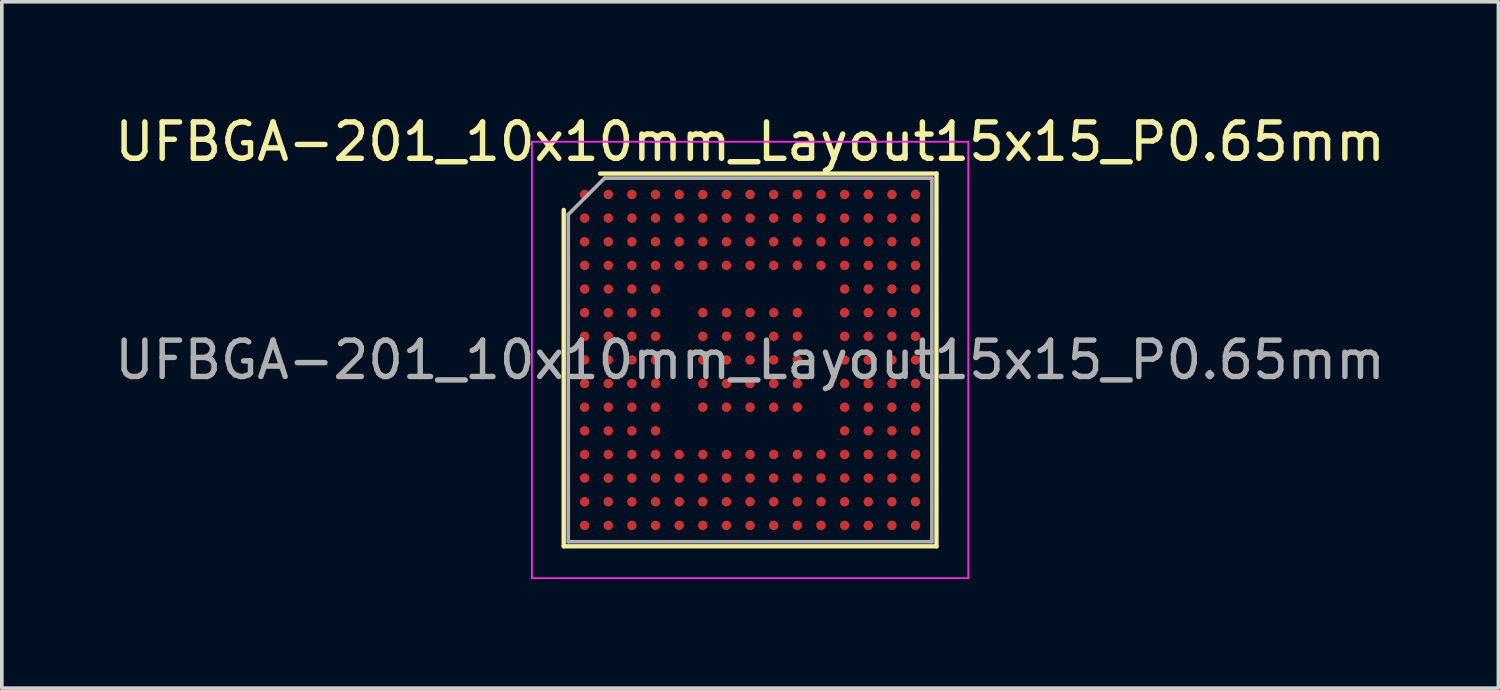
<source format=kicad_pcb>
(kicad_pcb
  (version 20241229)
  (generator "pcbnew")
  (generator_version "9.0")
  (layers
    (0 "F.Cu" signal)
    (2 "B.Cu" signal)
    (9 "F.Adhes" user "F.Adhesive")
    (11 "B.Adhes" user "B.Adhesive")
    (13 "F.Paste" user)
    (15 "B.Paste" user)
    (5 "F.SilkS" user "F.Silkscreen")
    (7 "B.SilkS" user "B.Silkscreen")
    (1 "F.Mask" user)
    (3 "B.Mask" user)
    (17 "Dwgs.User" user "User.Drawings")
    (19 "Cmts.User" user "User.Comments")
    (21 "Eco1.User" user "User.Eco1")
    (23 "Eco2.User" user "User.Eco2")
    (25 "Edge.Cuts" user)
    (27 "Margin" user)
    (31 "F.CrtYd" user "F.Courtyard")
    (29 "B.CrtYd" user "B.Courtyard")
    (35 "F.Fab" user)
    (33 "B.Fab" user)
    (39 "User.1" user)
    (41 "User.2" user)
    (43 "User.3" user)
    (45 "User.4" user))
  (footprint "UFBGA-201_10x10mm_Layout15x15_P0.65mm"
    (layer "F.Cu")
    (at 17.577 6.848)
    (property "Reference" "UFBGA-201_10x10mm_Layout15x15_P0.65mm" (at 0 -6 0) (layer "F.SilkS") (effects (font (size 1 1) (thickness 0.15))))
    (attr smd)
    (fp_line (start -5.125 5.125) (end -5.125 -4.125) (stroke (width 0.12) (type solid)) (layer "F.SilkS"))
    (fp_line (start -4.125 -5.125) (end 5.125 -5.125) (stroke (width 0.12) (type solid)) (layer "F.SilkS"))
    (fp_line (start 5.125 -5.125) (end 5.125 5.125) (stroke (width 0.12) (type solid)) (layer "F.SilkS"))
    (fp_line (start 5.125 5.125) (end -5.125 5.125) (stroke (width 0.12) (type solid)) (layer "F.SilkS"))
    (fp_line (start -6 -6) (end -6 6) (stroke (width 0.05) (type solid)) (layer "F.CrtYd"))
    (fp_line (start -6 6) (end 6 6) (stroke (width 0.05) (type solid)) (layer "F.CrtYd"))
    (fp_line (start 6 -6) (end -6 -6) (stroke (width 0.05) (type solid)) (layer "F.CrtYd"))
    (fp_line (start 6 6) (end 6 -6) (stroke (width 0.05) (type solid)) (layer "F.CrtYd"))
    (fp_line (start -5 -4) (end -4 -5) (stroke (width 0.1) (type solid)) (layer "F.Fab"))
    (fp_line (start -5 5) (end -5 -4) (stroke (width 0.1) (type solid)) (layer "F.Fab"))
    (fp_line (start -4 -5) (end 5 -5) (stroke (width 0.1) (type solid)) (layer "F.Fab"))
    (fp_line (start 5 -5) (end 5 5) (stroke (width 0.1) (type solid)) (layer "F.Fab"))
    (fp_line (start 5 5) (end -5 5) (stroke (width 0.1) (type solid)) (layer "F.Fab"))
    (fp_text user "${REFERENCE}" (at 0 0 0) (layer "F.Fab") (effects (font (size 1 1) (thickness 0.15))))
    (pad "A1" smd circle (at -4.55 -4.55) (size 0.26 0.26) (layers "F.Cu" "F.Mask" "F.Paste"))
    (pad "A2" smd circle (at -3.9 -4.55) (size 0.26 0.26) (layers "F.Cu" "F.Mask" "F.Paste"))
    (pad "A3" smd circle (at -3.25 -4.55) (size 0.26 0.26) (layers "F.Cu" "F.Mask" "F.Paste"))
    (pad "A4" smd circle (at -2.6 -4.55) (size 0.26 0.26) (layers "F.Cu" "F.Mask" "F.Paste"))
    (pad "A5" smd circle (at -1.95 -4.55) (size 0.26 0.26) (layers "F.Cu" "F.Mask" "F.Paste"))
    (pad "A6" smd circle (at -1.3 -4.55) (size 0.26 0.26) (layers "F.Cu" "F.Mask" "F.Paste"))
    (pad "A7" smd circle (at -0.65 -4.55) (size 0.26 0.26) (layers "F.Cu" "F.Mask" "F.Paste"))
    (pad "A8" smd circle (at 0 -4.55) (size 0.26 0.26) (layers "F.Cu" "F.Mask" "F.Paste"))
    (pad "A9" smd circle (at 0.65 -4.55) (size 0.26 0.26) (layers "F.Cu" "F.Mask" "F.Paste"))
    (pad "A10" smd circle (at 1.3 -4.55) (size 0.26 0.26) (layers "F.Cu" "F.Mask" "F.Paste"))
    (pad "A11" smd circle (at 1.95 -4.55) (size 0.26 0.26) (layers "F.Cu" "F.Mask" "F.Paste"))
    (pad "A12" smd circle (at 2.6 -4.55) (size 0.26 0.26) (layers "F.Cu" "F.Mask" "F.Paste"))
    (pad "A13" smd circle (at 3.25 -4.55) (size 0.26 0.26) (layers "F.Cu" "F.Mask" "F.Paste"))
    (pad "A14" smd circle (at 3.9 -4.55) (size 0.26 0.26) (layers "F.Cu" "F.Mask" "F.Paste"))
    (pad "A15" smd circle (at 4.55 -4.55) (size 0.26 0.26) (layers "F.Cu" "F.Mask" "F.Paste"))
    (pad "B1" smd circle (at -4.55 -3.9) (size 0.26 0.26) (layers "F.Cu" "F.Mask" "F.Paste"))
    (pad "B2" smd circle (at -3.9 -3.9) (size 0.26 0.26) (layers "F.Cu" "F.Mask" "F.Paste"))
    (pad "B3" smd circle (at -3.25 -3.9) (size 0.26 0.26) (layers "F.Cu" "F.Mask" "F.Paste"))
    (pad "B4" smd circle (at -2.6 -3.9) (size 0.26 0.26) (layers "F.Cu" "F.Mask" "F.Paste"))
    (pad "B5" smd circle (at -1.95 -3.9) (size 0.26 0.26) (layers "F.Cu" "F.Mask" "F.Paste"))
    (pad "B6" smd circle (at -1.3 -3.9) (size 0.26 0.26) (layers "F.Cu" "F.Mask" "F.Paste"))
    (pad "B7" smd circle (at -0.65 -3.9) (size 0.26 0.26) (layers "F.Cu" "F.Mask" "F.Paste"))
    (pad "B8" smd circle (at 0 -3.9) (size 0.26 0.26) (layers "F.Cu" "F.Mask" "F.Paste"))
    (pad "B9" smd circle (at 0.65 -3.9) (size 0.26 0.26) (layers "F.Cu" "F.Mask" "F.Paste"))
    (pad "B10" smd circle (at 1.3 -3.9) (size 0.26 0.26) (layers "F.Cu" "F.Mask" "F.Paste"))
    (pad "B11" smd circle (at 1.95 -3.9) (size 0.26 0.26) (layers "F.Cu" "F.Mask" "F.Paste"))
    (pad "B12" smd circle (at 2.6 -3.9) (size 0.26 0.26) (layers "F.Cu" "F.Mask" "F.Paste"))
    (pad "B13" smd circle (at 3.25 -3.9) (size 0.26 0.26) (layers "F.Cu" "F.Mask" "F.Paste"))
    (pad "B14" smd circle (at 3.9 -3.9) (size 0.26 0.26) (layers "F.Cu" "F.Mask" "F.Paste"))
    (pad "B15" smd circle (at 4.55 -3.9) (size 0.26 0.26) (layers "F.Cu" "F.Mask" "F.Paste"))
    (pad "C1" smd circle (at -4.55 -3.25) (size 0.26 0.26) (layers "F.Cu" "F.Mask" "F.Paste"))
    (pad "C2" smd circle (at -3.9 -3.25) (size 0.26 0.26) (layers "F.Cu" "F.Mask" "F.Paste"))
    (pad "C3" smd circle (at -3.25 -3.25) (size 0.26 0.26) (layers "F.Cu" "F.Mask" "F.Paste"))
    (pad "C4" smd circle (at -2.6 -3.25) (size 0.26 0.26) (layers "F.Cu" "F.Mask" "F.Paste"))
    (pad "C5" smd circle (at -1.95 -3.25) (size 0.26 0.26) (layers "F.Cu" "F.Mask" "F.Paste"))
    (pad "C6" smd circle (at -1.3 -3.25) (size 0.26 0.26) (layers "F.Cu" "F.Mask" "F.Paste"))
    (pad "C7" smd circle (at -0.65 -3.25) (size 0.26 0.26) (layers "F.Cu" "F.Mask" "F.Paste"))
    (pad "C8" smd circle (at 0 -3.25) (size 0.26 0.26) (layers "F.Cu" "F.Mask" "F.Paste"))
    (pad "C9" smd circle (at 0.65 -3.25) (size 0.26 0.26) (layers "F.Cu" "F.Mask" "F.Paste"))
    (pad "C10" smd circle (at 1.3 -3.25) (size 0.26 0.26) (layers "F.Cu" "F.Mask" "F.Paste"))
    (pad "C11" smd circle (at 1.95 -3.25) (size 0.26 0.26) (layers "F.Cu" "F.Mask" "F.Paste"))
    (pad "C12" smd circle (at 2.6 -3.25) (size 0.26 0.26) (layers "F.Cu" "F.Mask" "F.Paste"))
    (pad "C13" smd circle (at 3.25 -3.25) (size 0.26 0.26) (layers "F.Cu" "F.Mask" "F.Paste"))
    (pad "C14" smd circle (at 3.9 -3.25) (size 0.26 0.26) (layers "F.Cu" "F.Mask" "F.Paste"))
    (pad "C15" smd circle (at 4.55 -3.25) (size 0.26 0.26) (layers "F.Cu" "F.Mask" "F.Paste"))
    (pad "D1" smd circle (at -4.55 -2.6) (size 0.26 0.26) (layers "F.Cu" "F.Mask" "F.Paste"))
    (pad "D2" smd circle (at -3.9 -2.6) (size 0.26 0.26) (layers "F.Cu" "F.Mask" "F.Paste"))
    (pad "D3" smd circle (at -3.25 -2.6) (size 0.26 0.26) (layers "F.Cu" "F.Mask" "F.Paste"))
    (pad "D4" smd circle (at -2.6 -2.6) (size 0.26 0.26) (layers "F.Cu" "F.Mask" "F.Paste"))
    (pad "D5" smd circle (at -1.95 -2.6) (size 0.26 0.26) (layers "F.Cu" "F.Mask" "F.Paste"))
    (pad "D6" smd circle (at -1.3 -2.6) (size 0.26 0.26) (layers "F.Cu" "F.Mask" "F.Paste"))
    (pad "D7" smd circle (at -0.65 -2.6) (size 0.26 0.26) (layers "F.Cu" "F.Mask" "F.Paste"))
    (pad "D8" smd circle (at 0 -2.6) (size 0.26 0.26) (layers "F.Cu" "F.Mask" "F.Paste"))
    (pad "D9" smd circle (at 0.65 -2.6) (size 0.26 0.26) (layers "F.Cu" "F.Mask" "F.Paste"))
    (pad "D10" smd circle (at 1.3 -2.6) (size 0.26 0.26) (layers "F.Cu" "F.Mask" "F.Paste"))
    (pad "D11" smd circle (at 1.95 -2.6) (size 0.26 0.26) (layers "F.Cu" "F.Mask" "F.Paste"))
    (pad "D12" smd circle (at 2.6 -2.6) (size 0.26 0.26) (layers "F.Cu" "F.Mask" "F.Paste"))
    (pad "D13" smd circle (at 3.25 -2.6) (size 0.26 0.26) (layers "F.Cu" "F.Mask" "F.Paste"))
    (pad "D14" smd circle (at 3.9 -2.6) (size 0.26 0.26) (layers "F.Cu" "F.Mask" "F.Paste"))
    (pad "D15" smd circle (at 4.55 -2.6) (size 0.26 0.26) (layers "F.Cu" "F.Mask" "F.Paste"))
    (pad "E1" smd circle (at -4.55 -1.95) (size 0.26 0.26) (layers "F.Cu" "F.Mask" "F.Paste"))
    (pad "E2" smd circle (at -3.9 -1.95) (size 0.26 0.26) (layers "F.Cu" "F.Mask" "F.Paste"))
    (pad "E3" smd circle (at -3.25 -1.95) (size 0.26 0.26) (layers "F.Cu" "F.Mask" "F.Paste"))
    (pad "E4" smd circle (at -2.6 -1.95) (size 0.26 0.26) (layers "F.Cu" "F.Mask" "F.Paste"))
    (pad "E12" smd circle (at 2.6 -1.95) (size 0.26 0.26) (layers "F.Cu" "F.Mask" "F.Paste"))
    (pad "E13" smd circle (at 3.25 -1.95) (size 0.26 0.26) (layers "F.Cu" "F.Mask" "F.Paste"))
    (pad "E14" smd circle (at 3.9 -1.95) (size 0.26 0.26) (layers "F.Cu" "F.Mask" "F.Paste"))
    (pad "E15" smd circle (at 4.55 -1.95) (size 0.26 0.26) (layers "F.Cu" "F.Mask" "F.Paste"))
    (pad "F1" smd circle (at -4.55 -1.3) (size 0.26 0.26) (layers "F.Cu" "F.Mask" "F.Paste"))
    (pad "F2" smd circle (at -3.9 -1.3) (size 0.26 0.26) (layers "F.Cu" "F.Mask" "F.Paste"))
    (pad "F3" smd circle (at -3.25 -1.3) (size 0.26 0.26) (layers "F.Cu" "F.Mask" "F.Paste"))
    (pad "F4" smd circle (at -2.6 -1.3) (size 0.26 0.26) (layers "F.Cu" "F.Mask" "F.Paste"))
    (pad "F6" smd circle (at -1.3 -1.3) (size 0.26 0.26) (layers "F.Cu" "F.Mask" "F.Paste"))
    (pad "F7" smd circle (at -0.65 -1.3) (size 0.26 0.26) (layers "F.Cu" "F.Mask" "F.Paste"))
    (pad "F8" smd circle (at 0 -1.3) (size 0.26 0.26) (layers "F.Cu" "F.Mask" "F.Paste"))
    (pad "F9" smd circle (at 0.65 -1.3) (size 0.26 0.26) (layers "F.Cu" "F.Mask" "F.Paste"))
    (pad "F10" smd circle (at 1.3 -1.3) (size 0.26 0.26) (layers "F.Cu" "F.Mask" "F.Paste"))
    (pad "F12" smd circle (at 2.6 -1.3) (size 0.26 0.26) (layers "F.Cu" "F.Mask" "F.Paste"))
    (pad "F13" smd circle (at 3.25 -1.3) (size 0.26 0.26) (layers "F.Cu" "F.Mask" "F.Paste"))
    (pad "F14" smd circle (at 3.9 -1.3) (size 0.26 0.26) (layers "F.Cu" "F.Mask" "F.Paste"))
    (pad "F15" smd circle (at 4.55 -1.3) (size 0.26 0.26) (layers "F.Cu" "F.Mask" "F.Paste"))
    (pad "G1" smd circle (at -4.55 -0.65) (size 0.26 0.26) (layers "F.Cu" "F.Mask" "F.Paste"))
    (pad "G2" smd circle (at -3.9 -0.65) (size 0.26 0.26) (layers "F.Cu" "F.Mask" "F.Paste"))
    (pad "G3" smd circle (at -3.25 -0.65) (size 0.26 0.26) (layers "F.Cu" "F.Mask" "F.Paste"))
    (pad "G4" smd circle (at -2.6 -0.65) (size 0.26 0.26) (layers "F.Cu" "F.Mask" "F.Paste"))
    (pad "G6" smd circle (at -1.3 -0.65) (size 0.26 0.26) (layers "F.Cu" "F.Mask" "F.Paste"))
    (pad "G7" smd circle (at -0.65 -0.65) (size 0.26 0.26) (layers "F.Cu" "F.Mask" "F.Paste"))
    (pad "G8" smd circle (at 0 -0.65) (size 0.26 0.26) (layers "F.Cu" "F.Mask" "F.Paste"))
    (pad "G9" smd circle (at 0.65 -0.65) (size 0.26 0.26) (layers "F.Cu" "F.Mask" "F.Paste"))
    (pad "G10" smd circle (at 1.3 -0.65) (size 0.26 0.26) (layers "F.Cu" "F.Mask" "F.Paste"))
    (pad "G12" smd circle (at 2.6 -0.65) (size 0.26 0.26) (layers "F.Cu" "F.Mask" "F.Paste"))
    (pad "G13" smd circle (at 3.25 -0.65) (size 0.26 0.26) (layers "F.Cu" "F.Mask" "F.Paste"))
    (pad "G14" smd circle (at 3.9 -0.65) (size 0.26 0.26) (layers "F.Cu" "F.Mask" "F.Paste"))
    (pad "G15" smd circle (at 4.55 -0.65) (size 0.26 0.26) (layers "F.Cu" "F.Mask" "F.Paste"))
    (pad "H1" smd circle (at -4.55 0) (size 0.26 0.26) (layers "F.Cu" "F.Mask" "F.Paste"))
    (pad "H2" smd circle (at -3.9 0) (size 0.26 0.26) (layers "F.Cu" "F.Mask" "F.Paste"))
    (pad "H3" smd circle (at -3.25 0) (size 0.26 0.26) (layers "F.Cu" "F.Mask" "F.Paste"))
    (pad "H4" smd circle (at -2.6 0) (size 0.26 0.26) (layers "F.Cu" "F.Mask" "F.Paste"))
    (pad "H6" smd circle (at -1.3 0) (size 0.26 0.26) (layers "F.Cu" "F.Mask" "F.Paste"))
    (pad "H7" smd circle (at -0.65 0) (size 0.26 0.26) (layers "F.Cu" "F.Mask" "F.Paste"))
    (pad "H8" smd circle (at 0 0) (size 0.26 0.26) (layers "F.Cu" "F.Mask" "F.Paste"))
    (pad "H9" smd circle (at 0.65 0) (size 0.26 0.26) (layers "F.Cu" "F.Mask" "F.Paste"))
    (pad "H10" smd circle (at 1.3 0) (size 0.26 0.26) (layers "F.Cu" "F.Mask" "F.Paste"))
    (pad "H12" smd circle (at 2.6 0) (size 0.26 0.26) (layers "F.Cu" "F.Mask" "F.Paste"))
    (pad "H13" smd circle (at 3.25 0) (size 0.26 0.26) (layers "F.Cu" "F.Mask" "F.Paste"))
    (pad "H14" smd circle (at 3.9 0) (size 0.26 0.26) (layers "F.Cu" "F.Mask" "F.Paste"))
    (pad "H15" smd circle (at 4.55 0) (size 0.26 0.26) (layers "F.Cu" "F.Mask" "F.Paste"))
    (pad "J1" smd circle (at -4.55 0.65) (size 0.26 0.26) (layers "F.Cu" "F.Mask" "F.Paste"))
    (pad "J2" smd circle (at -3.9 0.65) (size 0.26 0.26) (layers "F.Cu" "F.Mask" "F.Paste"))
    (pad "J3" smd circle (at -3.25 0.65) (size 0.26 0.26) (layers "F.Cu" "F.Mask" "F.Paste"))
    (pad "J4" smd circle (at -2.6 0.65) (size 0.26 0.26) (layers "F.Cu" "F.Mask" "F.Paste"))
    (pad "J6" smd circle (at -1.3 0.65) (size 0.26 0.26) (layers "F.Cu" "F.Mask" "F.Paste"))
    (pad "J7" smd circle (at -0.65 0.65) (size 0.26 0.26) (layers "F.Cu" "F.Mask" "F.Paste"))
    (pad "J8" smd circle (at 0 0.65) (size 0.26 0.26) (layers "F.Cu" "F.Mask" "F.Paste"))
    (pad "J9" smd circle (at 0.65 0.65) (size 0.26 0.26) (layers "F.Cu" "F.Mask" "F.Paste"))
    (pad "J10" smd circle (at 1.3 0.65) (size 0.26 0.26) (layers "F.Cu" "F.Mask" "F.Paste"))
    (pad "J12" smd circle (at 2.6 0.65) (size 0.26 0.26) (layers "F.Cu" "F.Mask" "F.Paste"))
    (pad "J13" smd circle (at 3.25 0.65) (size 0.26 0.26) (layers "F.Cu" "F.Mask" "F.Paste"))
    (pad "J14" smd circle (at 3.9 0.65) (size 0.26 0.26) (layers "F.Cu" "F.Mask" "F.Paste"))
    (pad "J15" smd circle (at 4.55 0.65) (size 0.26 0.26) (layers "F.Cu" "F.Mask" "F.Paste"))
    (pad "K1" smd circle (at -4.55 1.3) (size 0.26 0.26) (layers "F.Cu" "F.Mask" "F.Paste"))
    (pad "K2" smd circle (at -3.9 1.3) (size 0.26 0.26) (layers "F.Cu" "F.Mask" "F.Paste"))
    (pad "K3" smd circle (at -3.25 1.3) (size 0.26 0.26) (layers "F.Cu" "F.Mask" "F.Paste"))
    (pad "K4" smd circle (at -2.6 1.3) (size 0.26 0.26) (layers "F.Cu" "F.Mask" "F.Paste"))
    (pad "K6" smd circle (at -1.3 1.3) (size 0.26 0.26) (layers "F.Cu" "F.Mask" "F.Paste"))
    (pad "K7" smd circle (at -0.65 1.3) (size 0.26 0.26) (layers "F.Cu" "F.Mask" "F.Paste"))
    (pad "K8" smd circle (at 0 1.3) (size 0.26 0.26) (layers "F.Cu" "F.Mask" "F.Paste"))
    (pad "K9" smd circle (at 0.65 1.3) (size 0.26 0.26) (layers "F.Cu" "F.Mask" "F.Paste"))
    (pad "K10" smd circle (at 1.3 1.3) (size 0.26 0.26) (layers "F.Cu" "F.Mask" "F.Paste"))
    (pad "K12" smd circle (at 2.6 1.3) (size 0.26 0.26) (layers "F.Cu" "F.Mask" "F.Paste"))
    (pad "K13" smd circle (at 3.25 1.3) (size 0.26 0.26) (layers "F.Cu" "F.Mask" "F.Paste"))
    (pad "K14" smd circle (at 3.9 1.3) (size 0.26 0.26) (layers "F.Cu" "F.Mask" "F.Paste"))
    (pad "K15" smd circle (at 4.55 1.3) (size 0.26 0.26) (layers "F.Cu" "F.Mask" "F.Paste"))
    (pad "L1" smd circle (at -4.55 1.95) (size 0.26 0.26) (layers "F.Cu" "F.Mask" "F.Paste"))
    (pad "L2" smd circle (at -3.9 1.95) (size 0.26 0.26) (layers "F.Cu" "F.Mask" "F.Paste"))
    (pad "L3" smd circle (at -3.25 1.95) (size 0.26 0.26) (layers "F.Cu" "F.Mask" "F.Paste"))
    (pad "L4" smd circle (at -2.6 1.95) (size 0.26 0.26) (layers "F.Cu" "F.Mask" "F.Paste"))
    (pad "L12" smd circle (at 2.6 1.95) (size 0.26 0.26) (layers "F.Cu" "F.Mask" "F.Paste"))
    (pad "L13" smd circle (at 3.25 1.95) (size 0.26 0.26) (layers "F.Cu" "F.Mask" "F.Paste"))
    (pad "L14" smd circle (at 3.9 1.95) (size 0.26 0.26) (layers "F.Cu" "F.Mask" "F.Paste"))
    (pad "L15" smd circle (at 4.55 1.95) (size 0.26 0.26) (layers "F.Cu" "F.Mask" "F.Paste"))
    (pad "M1" smd circle (at -4.55 2.6) (size 0.26 0.26) (layers "F.Cu" "F.Mask" "F.Paste"))
    (pad "M2" smd circle (at -3.9 2.6) (size 0.26 0.26) (layers "F.Cu" "F.Mask" "F.Paste"))
    (pad "M3" smd circle (at -3.25 2.6) (size 0.26 0.26) (layers "F.Cu" "F.Mask" "F.Paste"))
    (pad "M4" smd circle (at -2.6 2.6) (size 0.26 0.26) (layers "F.Cu" "F.Mask" "F.Paste"))
    (pad "M5" smd circle (at -1.95 2.6) (size 0.26 0.26) (layers "F.Cu" "F.Mask" "F.Paste"))
    (pad "M6" smd circle (at -1.3 2.6) (size 0.26 0.26) (layers "F.Cu" "F.Mask" "F.Paste"))
    (pad "M7" smd circle (at -0.65 2.6) (size 0.26 0.26) (layers "F.Cu" "F.Mask" "F.Paste"))
    (pad "M8" smd circle (at 0 2.6) (size 0.26 0.26) (layers "F.Cu" "F.Mask" "F.Paste"))
    (pad "M9" smd circle (at 0.65 2.6) (size 0.26 0.26) (layers "F.Cu" "F.Mask" "F.Paste"))
    (pad "M10" smd circle (at 1.3 2.6) (size 0.26 0.26) (layers "F.Cu" "F.Mask" "F.Paste"))
    (pad "M11" smd circle (at 1.95 2.6) (size 0.26 0.26) (layers "F.Cu" "F.Mask" "F.Paste"))
    (pad "M12" smd circle (at 2.6 2.6) (size 0.26 0.26) (layers "F.Cu" "F.Mask" "F.Paste"))
    (pad "M13" smd circle (at 3.25 2.6) (size 0.26 0.26) (layers "F.Cu" "F.Mask" "F.Paste"))
    (pad "M14" smd circle (at 3.9 2.6) (size 0.26 0.26) (layers "F.Cu" "F.Mask" "F.Paste"))
    (pad "M15" smd circle (at 4.55 2.6) (size 0.26 0.26) (layers "F.Cu" "F.Mask" "F.Paste"))
    (pad "N1" smd circle (at -4.55 3.25) (size 0.26 0.26) (layers "F.Cu" "F.Mask" "F.Paste"))
    (pad "N2" smd circle (at -3.9 3.25) (size 0.26 0.26) (layers "F.Cu" "F.Mask" "F.Paste"))
    (pad "N3" smd circle (at -3.25 3.25) (size 0.26 0.26) (layers "F.Cu" "F.Mask" "F.Paste"))
    (pad "N4" smd circle (at -2.6 3.25) (size 0.26 0.26) (layers "F.Cu" "F.Mask" "F.Paste"))
    (pad "N5" smd circle (at -1.95 3.25) (size 0.26 0.26) (layers "F.Cu" "F.Mask" "F.Paste"))
    (pad "N6" smd circle (at -1.3 3.25) (size 0.26 0.26) (layers "F.Cu" "F.Mask" "F.Paste"))
    (pad "N7" smd circle (at -0.65 3.25) (size 0.26 0.26) (layers "F.Cu" "F.Mask" "F.Paste"))
    (pad "N8" smd circle (at 0 3.25) (size 0.26 0.26) (layers "F.Cu" "F.Mask" "F.Paste"))
    (pad "N9" smd circle (at 0.65 3.25) (size 0.26 0.26) (layers "F.Cu" "F.Mask" "F.Paste"))
    (pad "N10" smd circle (at 1.3 3.25) (size 0.26 0.26) (layers "F.Cu" "F.Mask" "F.Paste"))
    (pad "N11" smd circle (at 1.95 3.25) (size 0.26 0.26) (layers "F.Cu" "F.Mask" "F.Paste"))
    (pad "N12" smd circle (at 2.6 3.25) (size 0.26 0.26) (layers "F.Cu" "F.Mask" "F.Paste"))
    (pad "N13" smd circle (at 3.25 3.25) (size 0.26 0.26) (layers "F.Cu" "F.Mask" "F.Paste"))
    (pad "N14" smd circle (at 3.9 3.25) (size 0.26 0.26) (layers "F.Cu" "F.Mask" "F.Paste"))
    (pad "N15" smd circle (at 4.55 3.25) (size 0.26 0.26) (layers "F.Cu" "F.Mask" "F.Paste"))
    (pad "P1" smd circle (at -4.55 3.9) (size 0.26 0.26) (layers "F.Cu" "F.Mask" "F.Paste"))
    (pad "P2" smd circle (at -3.9 3.9) (size 0.26 0.26) (layers "F.Cu" "F.Mask" "F.Paste"))
    (pad "P3" smd circle (at -3.25 3.9) (size 0.26 0.26) (layers "F.Cu" "F.Mask" "F.Paste"))
    (pad "P4" smd circle (at -2.6 3.9) (size 0.26 0.26) (layers "F.Cu" "F.Mask" "F.Paste"))
    (pad "P5" smd circle (at -1.95 3.9) (size 0.26 0.26) (layers "F.Cu" "F.Mask" "F.Paste"))
    (pad "P6" smd circle (at -1.3 3.9) (size 0.26 0.26) (layers "F.Cu" "F.Mask" "F.Paste"))
    (pad "P7" smd circle (at -0.65 3.9) (size 0.26 0.26) (layers "F.Cu" "F.Mask" "F.Paste"))
    (pad "P8" smd circle (at 0 3.9) (size 0.26 0.26) (layers "F.Cu" "F.Mask" "F.Paste"))
    (pad "P9" smd circle (at 0.65 3.9) (size 0.26 0.26) (layers "F.Cu" "F.Mask" "F.Paste"))
    (pad "P10" smd circle (at 1.3 3.9) (size 0.26 0.26) (layers "F.Cu" "F.Mask" "F.Paste"))
    (pad "P11" smd circle (at 1.95 3.9) (size 0.26 0.26) (layers "F.Cu" "F.Mask" "F.Paste"))
    (pad "P12" smd circle (at 2.6 3.9) (size 0.26 0.26) (layers "F.Cu" "F.Mask" "F.Paste"))
    (pad "P13" smd circle (at 3.25 3.9) (size 0.26 0.26) (layers "F.Cu" "F.Mask" "F.Paste"))
    (pad "P14" smd circle (at 3.9 3.9) (size 0.26 0.26) (layers "F.Cu" "F.Mask" "F.Paste"))
    (pad "P15" smd circle (at 4.55 3.9) (size 0.26 0.26) (layers "F.Cu" "F.Mask" "F.Paste"))
    (pad "R1" smd circle (at -4.55 4.55) (size 0.26 0.26) (layers "F.Cu" "F.Mask" "F.Paste"))
    (pad "R2" smd circle (at -3.9 4.55) (size 0.26 0.26) (layers "F.Cu" "F.Mask" "F.Paste"))
    (pad "R3" smd circle (at -3.25 4.55) (size 0.26 0.26) (layers "F.Cu" "F.Mask" "F.Paste"))
    (pad "R4" smd circle (at -2.6 4.55) (size 0.26 0.26) (layers "F.Cu" "F.Mask" "F.Paste"))
    (pad "R5" smd circle (at -1.95 4.55) (size 0.26 0.26) (layers "F.Cu" "F.Mask" "F.Paste"))
    (pad "R6" smd circle (at -1.3 4.55) (size 0.26 0.26) (layers "F.Cu" "F.Mask" "F.Paste"))
    (pad "R7" smd circle (at -0.65 4.55) (size 0.26 0.26) (layers "F.Cu" "F.Mask" "F.Paste"))
    (pad "R8" smd circle (at 0 4.55) (size 0.26 0.26) (layers "F.Cu" "F.Mask" "F.Paste"))
    (pad "R9" smd circle (at 0.65 4.55) (size 0.26 0.26) (layers "F.Cu" "F.Mask" "F.Paste"))
    (pad "R10" smd circle (at 1.3 4.55) (size 0.26 0.26) (layers "F.Cu" "F.Mask" "F.Paste"))
    (pad "R11" smd circle (at 1.95 4.55) (size 0.26 0.26) (layers "F.Cu" "F.Mask" "F.Paste"))
    (pad "R12" smd circle (at 2.6 4.55) (size 0.26 0.26) (layers "F.Cu" "F.Mask" "F.Paste"))
    (pad "R13" smd circle (at 3.25 4.55) (size 0.26 0.26) (layers "F.Cu" "F.Mask" "F.Paste"))
    (pad "R14" smd circle (at 3.9 4.55) (size 0.26 0.26) (layers "F.Cu" "F.Mask" "F.Paste"))
    (pad "R15" smd circle (at 4.55 4.55) (size 0.26 0.26) (layers "F.Cu" "F.Mask" "F.Paste")))
  (gr_rect
    (start -3 -3)
    (end 38.155 15.873)
    (stroke (width 0.1) (type default))
    (fill no)
    (layer "Edge.Cuts")))
</source>
